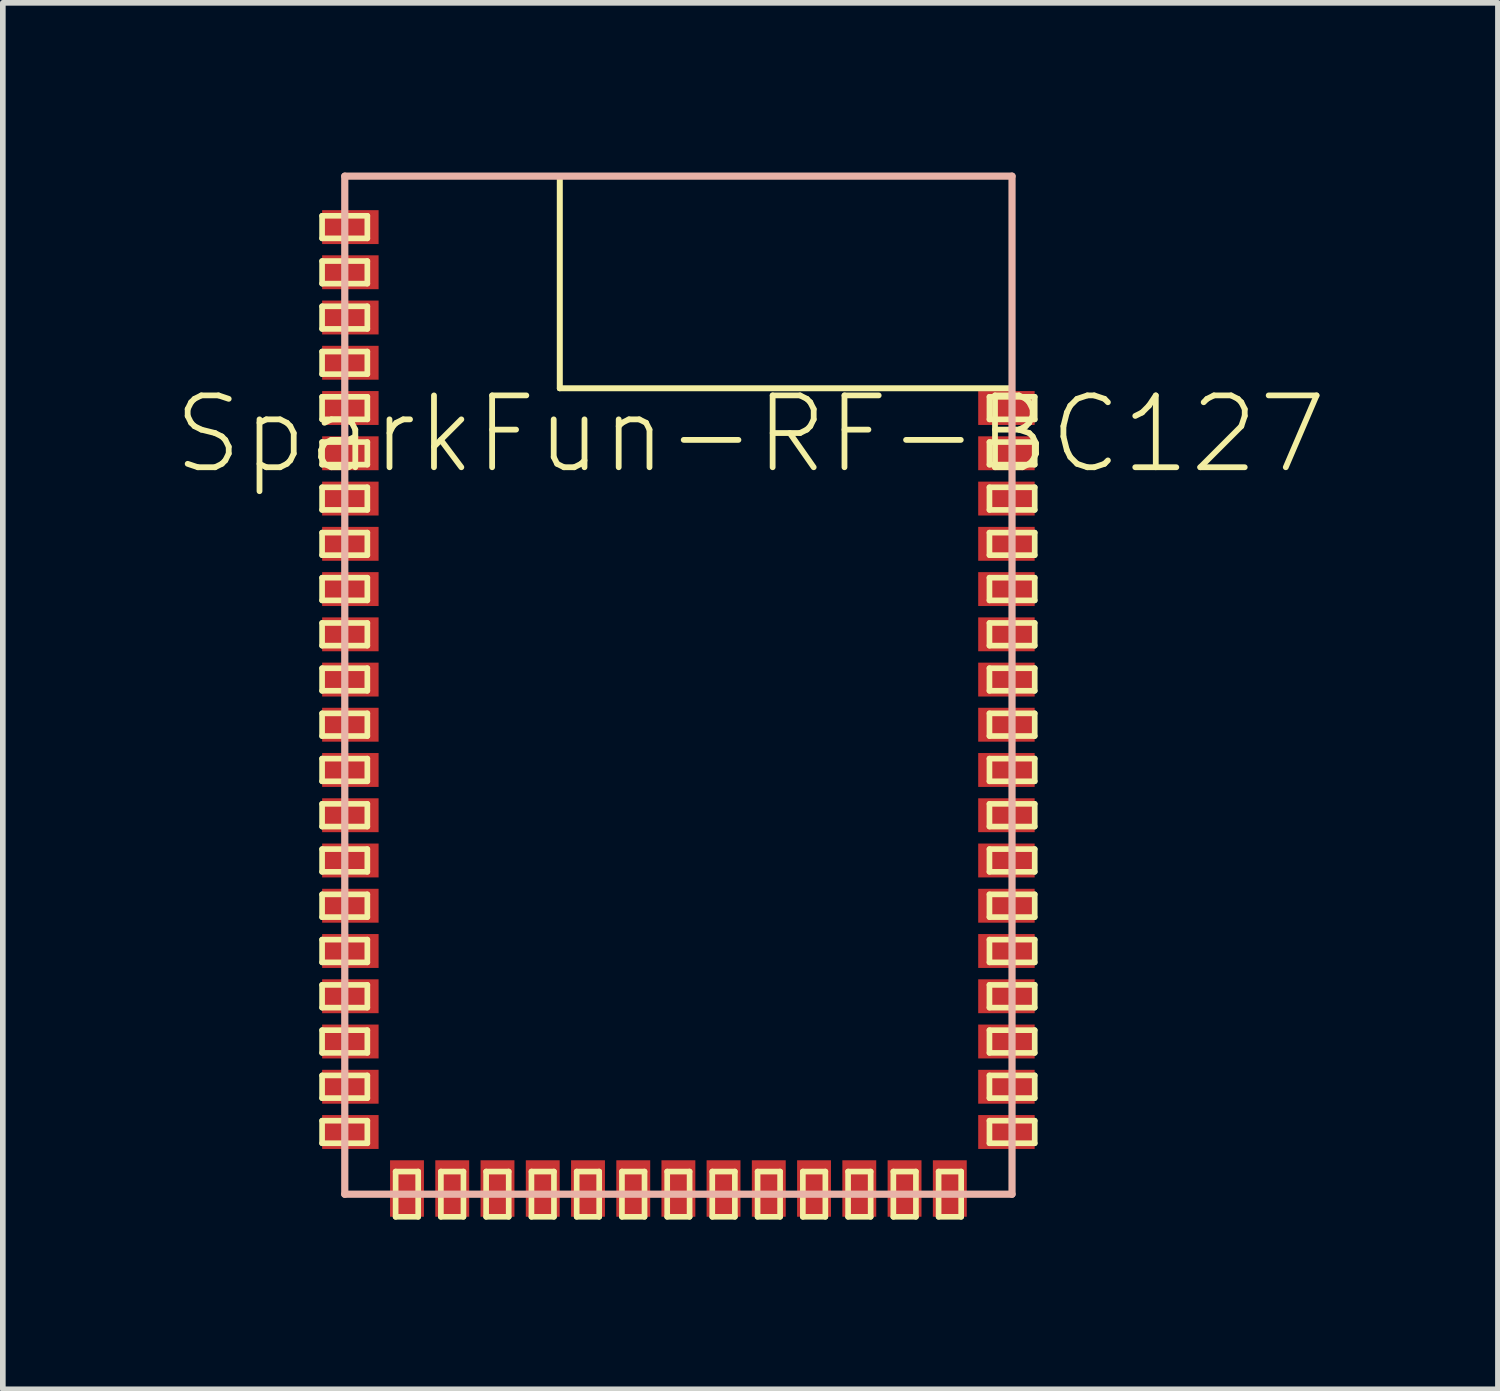
<source format=kicad_pcb>
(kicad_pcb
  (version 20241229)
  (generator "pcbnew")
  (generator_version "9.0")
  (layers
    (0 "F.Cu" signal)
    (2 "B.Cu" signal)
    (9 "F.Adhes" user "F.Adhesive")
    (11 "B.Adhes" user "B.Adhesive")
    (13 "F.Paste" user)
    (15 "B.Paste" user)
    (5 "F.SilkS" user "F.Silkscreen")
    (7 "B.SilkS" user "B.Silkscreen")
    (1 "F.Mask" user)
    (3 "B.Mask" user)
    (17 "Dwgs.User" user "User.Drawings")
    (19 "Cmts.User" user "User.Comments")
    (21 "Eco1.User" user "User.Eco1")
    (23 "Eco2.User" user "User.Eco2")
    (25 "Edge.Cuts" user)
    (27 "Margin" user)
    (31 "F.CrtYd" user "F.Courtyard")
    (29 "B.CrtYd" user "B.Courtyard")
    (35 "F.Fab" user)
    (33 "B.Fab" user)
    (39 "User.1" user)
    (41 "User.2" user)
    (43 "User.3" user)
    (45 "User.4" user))
  (footprint "SparkFun-RF-BC127"
    (layer "F.Cu")
    (at 8.943 9.063)
    (property "Reference" "SparkFun-RF-BC127" (at 1.273 -4.435 0) (layer "F.SilkS") (effects (font (size 1.27 1.27) (thickness 0.102))))
    (attr smd)
    (fp_line (start -6.299 -8.298) (end -5.499 -8.298) (stroke (width 0.1) (type solid)) (layer "F.SilkS"))
    (fp_line (start -6.299 -7.899) (end -6.299 -8.298) (stroke (width 0.1) (type solid)) (layer "F.SilkS"))
    (fp_line (start -6.299 -7.498) (end -5.499 -7.498) (stroke (width 0.1) (type solid)) (layer "F.SilkS"))
    (fp_line (start -6.299 -7.099) (end -6.299 -7.498) (stroke (width 0.1) (type solid)) (layer "F.SilkS"))
    (fp_line (start -6.299 -6.698) (end -5.499 -6.698) (stroke (width 0.1) (type solid)) (layer "F.SilkS"))
    (fp_line (start -6.299 -6.299) (end -6.299 -6.698) (stroke (width 0.1) (type solid)) (layer "F.SilkS"))
    (fp_line (start -6.299 -5.898) (end -5.499 -5.898) (stroke (width 0.1) (type solid)) (layer "F.SilkS"))
    (fp_line (start -6.299 -5.499) (end -6.299 -5.898) (stroke (width 0.1) (type solid)) (layer "F.SilkS"))
    (fp_line (start -6.299 -5.098) (end -5.499 -5.098) (stroke (width 0.1) (type solid)) (layer "F.SilkS"))
    (fp_line (start -6.299 -4.699) (end -6.299 -5.098) (stroke (width 0.1) (type solid)) (layer "F.SilkS"))
    (fp_line (start -6.299 -4.298) (end -5.499 -4.298) (stroke (width 0.1) (type solid)) (layer "F.SilkS"))
    (fp_line (start -6.299 -3.899) (end -6.299 -4.298) (stroke (width 0.1) (type solid)) (layer "F.SilkS"))
    (fp_line (start -6.299 -3.498) (end -5.499 -3.498) (stroke (width 0.1) (type solid)) (layer "F.SilkS"))
    (fp_line (start -6.299 -3.099) (end -6.299 -3.498) (stroke (width 0.1) (type solid)) (layer "F.SilkS"))
    (fp_line (start -6.299 -2.697) (end -5.499 -2.697) (stroke (width 0.1) (type solid)) (layer "F.SilkS"))
    (fp_line (start -6.299 -2.299) (end -6.299 -2.697) (stroke (width 0.1) (type solid)) (layer "F.SilkS"))
    (fp_line (start -6.299 -1.9) (end -5.499 -1.9) (stroke (width 0.1) (type solid)) (layer "F.SilkS"))
    (fp_line (start -6.299 -1.499) (end -6.299 -1.9) (stroke (width 0.1) (type solid)) (layer "F.SilkS"))
    (fp_line (start -6.299 -1.1) (end -5.499 -1.1) (stroke (width 0.1) (type solid)) (layer "F.SilkS"))
    (fp_line (start -6.299 -0.699) (end -6.299 -1.1) (stroke (width 0.1) (type solid)) (layer "F.SilkS"))
    (fp_line (start -6.299 -0.3) (end -5.499 -0.3) (stroke (width 0.1) (type solid)) (layer "F.SilkS"))
    (fp_line (start -6.299 0.099) (end -6.299 -0.3) (stroke (width 0.1) (type solid)) (layer "F.SilkS"))
    (fp_line (start -6.299 0.498) (end -5.499 0.498) (stroke (width 0.1) (type solid)) (layer "F.SilkS"))
    (fp_line (start -6.299 0.899) (end -6.299 0.498) (stroke (width 0.1) (type solid)) (layer "F.SilkS"))
    (fp_line (start -6.299 1.298) (end -5.499 1.298) (stroke (width 0.1) (type solid)) (layer "F.SilkS"))
    (fp_line (start -6.299 1.699) (end -6.299 1.298) (stroke (width 0.1) (type solid)) (layer "F.SilkS"))
    (fp_line (start -6.299 2.098) (end -5.499 2.098) (stroke (width 0.1) (type solid)) (layer "F.SilkS"))
    (fp_line (start -6.299 2.499) (end -6.299 2.098) (stroke (width 0.1) (type solid)) (layer "F.SilkS"))
    (fp_line (start -6.299 2.898) (end -5.499 2.898) (stroke (width 0.1) (type solid)) (layer "F.SilkS"))
    (fp_line (start -6.299 3.299) (end -6.299 2.898) (stroke (width 0.1) (type solid)) (layer "F.SilkS"))
    (fp_line (start -6.299 3.698) (end -5.499 3.698) (stroke (width 0.1) (type solid)) (layer "F.SilkS"))
    (fp_line (start -6.299 4.1) (end -6.299 3.698) (stroke (width 0.1) (type solid)) (layer "F.SilkS"))
    (fp_line (start -6.299 4.498) (end -5.499 4.498) (stroke (width 0.1) (type solid)) (layer "F.SilkS"))
    (fp_line (start -6.299 4.9) (end -6.299 4.498) (stroke (width 0.1) (type solid)) (layer "F.SilkS"))
    (fp_line (start -6.299 5.298) (end -5.499 5.298) (stroke (width 0.1) (type solid)) (layer "F.SilkS"))
    (fp_line (start -6.299 5.7) (end -6.299 5.298) (stroke (width 0.1) (type solid)) (layer "F.SilkS"))
    (fp_line (start -6.299 6.099) (end -5.499 6.099) (stroke (width 0.1) (type solid)) (layer "F.SilkS"))
    (fp_line (start -6.299 6.5) (end -6.299 6.099) (stroke (width 0.1) (type solid)) (layer "F.SilkS"))
    (fp_line (start -6.299 6.899) (end -5.499 6.899) (stroke (width 0.1) (type solid)) (layer "F.SilkS"))
    (fp_line (start -6.299 7.3) (end -6.299 6.899) (stroke (width 0.1) (type solid)) (layer "F.SilkS"))
    (fp_line (start -6.299 7.699) (end -5.499 7.699) (stroke (width 0.1) (type solid)) (layer "F.SilkS"))
    (fp_line (start -6.299 8.098) (end -6.299 7.699) (stroke (width 0.1) (type solid)) (layer "F.SilkS"))
    (fp_line (start -5.499 -8.298) (end -5.499 -7.899) (stroke (width 0.1) (type solid)) (layer "F.SilkS"))
    (fp_line (start -5.499 -7.899) (end -6.299 -7.899) (stroke (width 0.1) (type solid)) (layer "F.SilkS"))
    (fp_line (start -5.499 -7.498) (end -5.499 -7.099) (stroke (width 0.1) (type solid)) (layer "F.SilkS"))
    (fp_line (start -5.499 -7.099) (end -6.299 -7.099) (stroke (width 0.1) (type solid)) (layer "F.SilkS"))
    (fp_line (start -5.499 -6.698) (end -5.499 -6.299) (stroke (width 0.1) (type solid)) (layer "F.SilkS"))
    (fp_line (start -5.499 -6.299) (end -6.299 -6.299) (stroke (width 0.1) (type solid)) (layer "F.SilkS"))
    (fp_line (start -5.499 -5.898) (end -5.499 -5.499) (stroke (width 0.1) (type solid)) (layer "F.SilkS"))
    (fp_line (start -5.499 -5.499) (end -6.299 -5.499) (stroke (width 0.1) (type solid)) (layer "F.SilkS"))
    (fp_line (start -5.499 -5.098) (end -5.499 -4.699) (stroke (width 0.1) (type solid)) (layer "F.SilkS"))
    (fp_line (start -5.499 -4.699) (end -6.299 -4.699) (stroke (width 0.1) (type solid)) (layer "F.SilkS"))
    (fp_line (start -5.499 -4.298) (end -5.499 -3.899) (stroke (width 0.1) (type solid)) (layer "F.SilkS"))
    (fp_line (start -5.499 -3.899) (end -6.299 -3.899) (stroke (width 0.1) (type solid)) (layer "F.SilkS"))
    (fp_line (start -5.499 -3.498) (end -5.499 -3.099) (stroke (width 0.1) (type solid)) (layer "F.SilkS"))
    (fp_line (start -5.499 -3.099) (end -6.299 -3.099) (stroke (width 0.1) (type solid)) (layer "F.SilkS"))
    (fp_line (start -5.499 -2.697) (end -5.499 -2.299) (stroke (width 0.1) (type solid)) (layer "F.SilkS"))
    (fp_line (start -5.499 -2.299) (end -6.299 -2.299) (stroke (width 0.1) (type solid)) (layer "F.SilkS"))
    (fp_line (start -5.499 -1.9) (end -5.499 -1.499) (stroke (width 0.1) (type solid)) (layer "F.SilkS"))
    (fp_line (start -5.499 -1.499) (end -6.299 -1.499) (stroke (width 0.1) (type solid)) (layer "F.SilkS"))
    (fp_line (start -5.499 -1.1) (end -5.499 -0.699) (stroke (width 0.1) (type solid)) (layer "F.SilkS"))
    (fp_line (start -5.499 -0.699) (end -6.299 -0.699) (stroke (width 0.1) (type solid)) (layer "F.SilkS"))
    (fp_line (start -5.499 -0.3) (end -5.499 0.099) (stroke (width 0.1) (type solid)) (layer "F.SilkS"))
    (fp_line (start -5.499 0.099) (end -6.299 0.099) (stroke (width 0.1) (type solid)) (layer "F.SilkS"))
    (fp_line (start -5.499 0.498) (end -5.499 0.899) (stroke (width 0.1) (type solid)) (layer "F.SilkS"))
    (fp_line (start -5.499 0.899) (end -6.299 0.899) (stroke (width 0.1) (type solid)) (layer "F.SilkS"))
    (fp_line (start -5.499 1.298) (end -5.499 1.699) (stroke (width 0.1) (type solid)) (layer "F.SilkS"))
    (fp_line (start -5.499 1.699) (end -6.299 1.699) (stroke (width 0.1) (type solid)) (layer "F.SilkS"))
    (fp_line (start -5.499 2.098) (end -5.499 2.499) (stroke (width 0.1) (type solid)) (layer "F.SilkS"))
    (fp_line (start -5.499 2.499) (end -6.299 2.499) (stroke (width 0.1) (type solid)) (layer "F.SilkS"))
    (fp_line (start -5.499 2.898) (end -5.499 3.299) (stroke (width 0.1) (type solid)) (layer "F.SilkS"))
    (fp_line (start -5.499 3.299) (end -6.299 3.299) (stroke (width 0.1) (type solid)) (layer "F.SilkS"))
    (fp_line (start -5.499 3.698) (end -5.499 4.1) (stroke (width 0.1) (type solid)) (layer "F.SilkS"))
    (fp_line (start -5.499 4.1) (end -6.299 4.1) (stroke (width 0.1) (type solid)) (layer "F.SilkS"))
    (fp_line (start -5.499 4.498) (end -5.499 4.9) (stroke (width 0.1) (type solid)) (layer "F.SilkS"))
    (fp_line (start -5.499 4.9) (end -6.299 4.9) (stroke (width 0.1) (type solid)) (layer "F.SilkS"))
    (fp_line (start -5.499 5.298) (end -5.499 5.7) (stroke (width 0.1) (type solid)) (layer "F.SilkS"))
    (fp_line (start -5.499 5.7) (end -6.299 5.7) (stroke (width 0.1) (type solid)) (layer "F.SilkS"))
    (fp_line (start -5.499 6.099) (end -5.499 6.5) (stroke (width 0.1) (type solid)) (layer "F.SilkS"))
    (fp_line (start -5.499 6.5) (end -6.299 6.5) (stroke (width 0.1) (type solid)) (layer "F.SilkS"))
    (fp_line (start -5.499 6.899) (end -5.499 7.3) (stroke (width 0.1) (type solid)) (layer "F.SilkS"))
    (fp_line (start -5.499 7.3) (end -6.299 7.3) (stroke (width 0.1) (type solid)) (layer "F.SilkS"))
    (fp_line (start -5.499 7.699) (end -5.499 8.098) (stroke (width 0.1) (type solid)) (layer "F.SilkS"))
    (fp_line (start -5.499 8.098) (end -6.299 8.098) (stroke (width 0.1) (type solid)) (layer "F.SilkS"))
    (fp_line (start -4.999 8.598) (end -4.6 8.598) (stroke (width 0.1) (type solid)) (layer "F.SilkS"))
    (fp_line (start -4.999 9.398) (end -4.999 8.598) (stroke (width 0.1) (type solid)) (layer "F.SilkS"))
    (fp_line (start -4.6 8.598) (end -4.6 9.398) (stroke (width 0.1) (type solid)) (layer "F.SilkS"))
    (fp_line (start -4.6 9.398) (end -4.999 9.398) (stroke (width 0.1) (type solid)) (layer "F.SilkS"))
    (fp_line (start -4.199 8.598) (end -3.8 8.598) (stroke (width 0.1) (type solid)) (layer "F.SilkS"))
    (fp_line (start -4.199 9.398) (end -4.199 8.598) (stroke (width 0.1) (type solid)) (layer "F.SilkS"))
    (fp_line (start -3.8 8.598) (end -3.8 9.398) (stroke (width 0.1) (type solid)) (layer "F.SilkS"))
    (fp_line (start -3.8 9.398) (end -4.199 9.398) (stroke (width 0.1) (type solid)) (layer "F.SilkS"))
    (fp_line (start -3.399 8.598) (end -3 8.598) (stroke (width 0.1) (type solid)) (layer "F.SilkS"))
    (fp_line (start -3.399 9.398) (end -3.399 8.598) (stroke (width 0.1) (type solid)) (layer "F.SilkS"))
    (fp_line (start -3 8.598) (end -3 9.398) (stroke (width 0.1) (type solid)) (layer "F.SilkS"))
    (fp_line (start -3 9.398) (end -3.399 9.398) (stroke (width 0.1) (type solid)) (layer "F.SilkS"))
    (fp_line (start -2.598 8.598) (end -2.2 8.598) (stroke (width 0.1) (type solid)) (layer "F.SilkS"))
    (fp_line (start -2.598 9.398) (end -2.598 8.598) (stroke (width 0.1) (type solid)) (layer "F.SilkS"))
    (fp_line (start -2.2 8.598) (end -2.2 9.398) (stroke (width 0.1) (type solid)) (layer "F.SilkS"))
    (fp_line (start -2.2 9.398) (end -2.598 9.398) (stroke (width 0.1) (type solid)) (layer "F.SilkS"))
    (fp_line (start -2.098 -8.999) (end -2.098 -5.248) (stroke (width 0.1) (type solid)) (layer "F.SilkS"))
    (fp_line (start -2.098 -8.999) (end -2.098 -5.248) (stroke (width 0.1) (type solid)) (layer "F.SilkS"))
    (fp_line (start -2.098 -5.248) (end 5.898 -5.248) (stroke (width 0.1) (type solid)) (layer "F.SilkS"))
    (fp_line (start -2.098 -5.248) (end 5.898 -5.248) (stroke (width 0.1) (type solid)) (layer "F.SilkS"))
    (fp_line (start -1.798 8.598) (end -1.4 8.598) (stroke (width 0.1) (type solid)) (layer "F.SilkS"))
    (fp_line (start -1.798 9.398) (end -1.798 8.598) (stroke (width 0.1) (type solid)) (layer "F.SilkS"))
    (fp_line (start -1.4 8.598) (end -1.4 9.398) (stroke (width 0.1) (type solid)) (layer "F.SilkS"))
    (fp_line (start -1.4 9.398) (end -1.798 9.398) (stroke (width 0.1) (type solid)) (layer "F.SilkS"))
    (fp_line (start -0.998 8.598) (end -0.599 8.598) (stroke (width 0.1) (type solid)) (layer "F.SilkS"))
    (fp_line (start -0.998 9.398) (end -0.998 8.598) (stroke (width 0.1) (type solid)) (layer "F.SilkS"))
    (fp_line (start -0.599 8.598) (end -0.599 9.398) (stroke (width 0.1) (type solid)) (layer "F.SilkS"))
    (fp_line (start -0.599 9.398) (end -0.998 9.398) (stroke (width 0.1) (type solid)) (layer "F.SilkS"))
    (fp_line (start -0.198 8.598) (end 0.198 8.598) (stroke (width 0.1) (type solid)) (layer "F.SilkS"))
    (fp_line (start -0.198 9.398) (end -0.198 8.598) (stroke (width 0.1) (type solid)) (layer "F.SilkS"))
    (fp_line (start 0.198 8.598) (end 0.198 9.398) (stroke (width 0.1) (type solid)) (layer "F.SilkS"))
    (fp_line (start 0.198 9.398) (end -0.198 9.398) (stroke (width 0.1) (type solid)) (layer "F.SilkS"))
    (fp_line (start 0.599 8.598) (end 0.998 8.598) (stroke (width 0.1) (type solid)) (layer "F.SilkS"))
    (fp_line (start 0.599 9.398) (end 0.599 8.598) (stroke (width 0.1) (type solid)) (layer "F.SilkS"))
    (fp_line (start 0.998 8.598) (end 0.998 9.398) (stroke (width 0.1) (type solid)) (layer "F.SilkS"))
    (fp_line (start 0.998 9.398) (end 0.599 9.398) (stroke (width 0.1) (type solid)) (layer "F.SilkS"))
    (fp_line (start 1.4 8.598) (end 1.798 8.598) (stroke (width 0.1) (type solid)) (layer "F.SilkS"))
    (fp_line (start 1.4 9.398) (end 1.4 8.598) (stroke (width 0.1) (type solid)) (layer "F.SilkS"))
    (fp_line (start 1.798 8.598) (end 1.798 9.398) (stroke (width 0.1) (type solid)) (layer "F.SilkS"))
    (fp_line (start 1.798 9.398) (end 1.4 9.398) (stroke (width 0.1) (type solid)) (layer "F.SilkS"))
    (fp_line (start 2.2 8.598) (end 2.598 8.598) (stroke (width 0.1) (type solid)) (layer "F.SilkS"))
    (fp_line (start 2.2 9.398) (end 2.2 8.598) (stroke (width 0.1) (type solid)) (layer "F.SilkS"))
    (fp_line (start 2.598 8.598) (end 2.598 9.398) (stroke (width 0.1) (type solid)) (layer "F.SilkS"))
    (fp_line (start 2.598 9.398) (end 2.2 9.398) (stroke (width 0.1) (type solid)) (layer "F.SilkS"))
    (fp_line (start 3 8.598) (end 3.399 8.598) (stroke (width 0.1) (type solid)) (layer "F.SilkS"))
    (fp_line (start 3 9.398) (end 3 8.598) (stroke (width 0.1) (type solid)) (layer "F.SilkS"))
    (fp_line (start 3.399 8.598) (end 3.399 9.398) (stroke (width 0.1) (type solid)) (layer "F.SilkS"))
    (fp_line (start 3.399 9.398) (end 3 9.398) (stroke (width 0.1) (type solid)) (layer "F.SilkS"))
    (fp_line (start 3.8 8.598) (end 4.199 8.598) (stroke (width 0.1) (type solid)) (layer "F.SilkS"))
    (fp_line (start 3.8 9.398) (end 3.8 8.598) (stroke (width 0.1) (type solid)) (layer "F.SilkS"))
    (fp_line (start 4.199 8.598) (end 4.199 9.398) (stroke (width 0.1) (type solid)) (layer "F.SilkS"))
    (fp_line (start 4.199 9.398) (end 3.8 9.398) (stroke (width 0.1) (type solid)) (layer "F.SilkS"))
    (fp_line (start 4.6 8.598) (end 4.999 8.598) (stroke (width 0.1) (type solid)) (layer "F.SilkS"))
    (fp_line (start 4.6 9.398) (end 4.6 8.598) (stroke (width 0.1) (type solid)) (layer "F.SilkS"))
    (fp_line (start 4.999 8.598) (end 4.999 9.398) (stroke (width 0.1) (type solid)) (layer "F.SilkS"))
    (fp_line (start 4.999 9.398) (end 4.6 9.398) (stroke (width 0.1) (type solid)) (layer "F.SilkS"))
    (fp_line (start 5.499 -5.098) (end 6.299 -5.098) (stroke (width 0.1) (type solid)) (layer "F.SilkS"))
    (fp_line (start 5.499 -4.699) (end 5.499 -5.098) (stroke (width 0.1) (type solid)) (layer "F.SilkS"))
    (fp_line (start 5.499 -4.298) (end 6.299 -4.298) (stroke (width 0.1) (type solid)) (layer "F.SilkS"))
    (fp_line (start 5.499 -3.899) (end 5.499 -4.298) (stroke (width 0.1) (type solid)) (layer "F.SilkS"))
    (fp_line (start 5.499 -3.498) (end 6.299 -3.498) (stroke (width 0.1) (type solid)) (layer "F.SilkS"))
    (fp_line (start 5.499 -3.099) (end 5.499 -3.498) (stroke (width 0.1) (type solid)) (layer "F.SilkS"))
    (fp_line (start 5.499 -2.697) (end 6.299 -2.697) (stroke (width 0.1) (type solid)) (layer "F.SilkS"))
    (fp_line (start 5.499 -2.299) (end 5.499 -2.697) (stroke (width 0.1) (type solid)) (layer "F.SilkS"))
    (fp_line (start 5.499 -1.9) (end 6.299 -1.9) (stroke (width 0.1) (type solid)) (layer "F.SilkS"))
    (fp_line (start 5.499 -1.499) (end 5.499 -1.9) (stroke (width 0.1) (type solid)) (layer "F.SilkS"))
    (fp_line (start 5.499 -1.1) (end 6.299 -1.1) (stroke (width 0.1) (type solid)) (layer "F.SilkS"))
    (fp_line (start 5.499 -0.699) (end 5.499 -1.1) (stroke (width 0.1) (type solid)) (layer "F.SilkS"))
    (fp_line (start 5.499 -0.3) (end 6.299 -0.3) (stroke (width 0.1) (type solid)) (layer "F.SilkS"))
    (fp_line (start 5.499 0.099) (end 5.499 -0.3) (stroke (width 0.1) (type solid)) (layer "F.SilkS"))
    (fp_line (start 5.499 0.498) (end 6.299 0.498) (stroke (width 0.1) (type solid)) (layer "F.SilkS"))
    (fp_line (start 5.499 0.899) (end 5.499 0.498) (stroke (width 0.1) (type solid)) (layer "F.SilkS"))
    (fp_line (start 5.499 1.298) (end 6.299 1.298) (stroke (width 0.1) (type solid)) (layer "F.SilkS"))
    (fp_line (start 5.499 1.699) (end 5.499 1.298) (stroke (width 0.1) (type solid)) (layer "F.SilkS"))
    (fp_line (start 5.499 2.098) (end 6.299 2.098) (stroke (width 0.1) (type solid)) (layer "F.SilkS"))
    (fp_line (start 5.499 2.499) (end 5.499 2.098) (stroke (width 0.1) (type solid)) (layer "F.SilkS"))
    (fp_line (start 5.499 2.898) (end 6.299 2.898) (stroke (width 0.1) (type solid)) (layer "F.SilkS"))
    (fp_line (start 5.499 3.299) (end 5.499 2.898) (stroke (width 0.1) (type solid)) (layer "F.SilkS"))
    (fp_line (start 5.499 3.698) (end 6.299 3.698) (stroke (width 0.1) (type solid)) (layer "F.SilkS"))
    (fp_line (start 5.499 4.1) (end 5.499 3.698) (stroke (width 0.1) (type solid)) (layer "F.SilkS"))
    (fp_line (start 5.499 4.498) (end 6.299 4.498) (stroke (width 0.1) (type solid)) (layer "F.SilkS"))
    (fp_line (start 5.499 4.9) (end 5.499 4.498) (stroke (width 0.1) (type solid)) (layer "F.SilkS"))
    (fp_line (start 5.499 5.298) (end 6.299 5.298) (stroke (width 0.1) (type solid)) (layer "F.SilkS"))
    (fp_line (start 5.499 5.7) (end 5.499 5.298) (stroke (width 0.1) (type solid)) (layer "F.SilkS"))
    (fp_line (start 5.499 6.099) (end 6.299 6.099) (stroke (width 0.1) (type solid)) (layer "F.SilkS"))
    (fp_line (start 5.499 6.5) (end 5.499 6.099) (stroke (width 0.1) (type solid)) (layer "F.SilkS"))
    (fp_line (start 5.499 6.899) (end 6.299 6.899) (stroke (width 0.1) (type solid)) (layer "F.SilkS"))
    (fp_line (start 5.499 7.3) (end 5.499 6.899) (stroke (width 0.1) (type solid)) (layer "F.SilkS"))
    (fp_line (start 5.499 7.699) (end 6.299 7.699) (stroke (width 0.1) (type solid)) (layer "F.SilkS"))
    (fp_line (start 5.499 8.098) (end 5.499 7.699) (stroke (width 0.1) (type solid)) (layer "F.SilkS"))
    (fp_line (start 5.898 -8.999) (end -2.098 -8.999) (stroke (width 0.1) (type solid)) (layer "F.SilkS"))
    (fp_line (start 5.898 -8.999) (end -2.098 -8.999) (stroke (width 0.1) (type solid)) (layer "F.SilkS"))
    (fp_line (start 5.898 -5.248) (end 5.898 -8.999) (stroke (width 0.1) (type solid)) (layer "F.SilkS"))
    (fp_line (start 5.898 -5.248) (end 5.898 -8.999) (stroke (width 0.1) (type solid)) (layer "F.SilkS"))
    (fp_line (start 6.299 -5.098) (end 6.299 -4.699) (stroke (width 0.1) (type solid)) (layer "F.SilkS"))
    (fp_line (start 6.299 -4.699) (end 5.499 -4.699) (stroke (width 0.1) (type solid)) (layer "F.SilkS"))
    (fp_line (start 6.299 -4.298) (end 6.299 -3.899) (stroke (width 0.1) (type solid)) (layer "F.SilkS"))
    (fp_line (start 6.299 -3.899) (end 5.499 -3.899) (stroke (width 0.1) (type solid)) (layer "F.SilkS"))
    (fp_line (start 6.299 -3.498) (end 6.299 -3.099) (stroke (width 0.1) (type solid)) (layer "F.SilkS"))
    (fp_line (start 6.299 -3.099) (end 5.499 -3.099) (stroke (width 0.1) (type solid)) (layer "F.SilkS"))
    (fp_line (start 6.299 -2.697) (end 6.299 -2.299) (stroke (width 0.1) (type solid)) (layer "F.SilkS"))
    (fp_line (start 6.299 -2.299) (end 5.499 -2.299) (stroke (width 0.1) (type solid)) (layer "F.SilkS"))
    (fp_line (start 6.299 -1.9) (end 6.299 -1.499) (stroke (width 0.1) (type solid)) (layer "F.SilkS"))
    (fp_line (start 6.299 -1.499) (end 5.499 -1.499) (stroke (width 0.1) (type solid)) (layer "F.SilkS"))
    (fp_line (start 6.299 -1.1) (end 6.299 -0.699) (stroke (width 0.1) (type solid)) (layer "F.SilkS"))
    (fp_line (start 6.299 -0.699) (end 5.499 -0.699) (stroke (width 0.1) (type solid)) (layer "F.SilkS"))
    (fp_line (start 6.299 -0.3) (end 6.299 0.099) (stroke (width 0.1) (type solid)) (layer "F.SilkS"))
    (fp_line (start 6.299 0.099) (end 5.499 0.099) (stroke (width 0.1) (type solid)) (layer "F.SilkS"))
    (fp_line (start 6.299 0.498) (end 6.299 0.899) (stroke (width 0.1) (type solid)) (layer "F.SilkS"))
    (fp_line (start 6.299 0.899) (end 5.499 0.899) (stroke (width 0.1) (type solid)) (layer "F.SilkS"))
    (fp_line (start 6.299 1.298) (end 6.299 1.699) (stroke (width 0.1) (type solid)) (layer "F.SilkS"))
    (fp_line (start 6.299 1.699) (end 5.499 1.699) (stroke (width 0.1) (type solid)) (layer "F.SilkS"))
    (fp_line (start 6.299 2.098) (end 6.299 2.499) (stroke (width 0.1) (type solid)) (layer "F.SilkS"))
    (fp_line (start 6.299 2.499) (end 5.499 2.499) (stroke (width 0.1) (type solid)) (layer "F.SilkS"))
    (fp_line (start 6.299 2.898) (end 6.299 3.299) (stroke (width 0.1) (type solid)) (layer "F.SilkS"))
    (fp_line (start 6.299 3.299) (end 5.499 3.299) (stroke (width 0.1) (type solid)) (layer "F.SilkS"))
    (fp_line (start 6.299 3.698) (end 6.299 4.1) (stroke (width 0.1) (type solid)) (layer "F.SilkS"))
    (fp_line (start 6.299 4.1) (end 5.499 4.1) (stroke (width 0.1) (type solid)) (layer "F.SilkS"))
    (fp_line (start 6.299 4.498) (end 6.299 4.9) (stroke (width 0.1) (type solid)) (layer "F.SilkS"))
    (fp_line (start 6.299 4.9) (end 5.499 4.9) (stroke (width 0.1) (type solid)) (layer "F.SilkS"))
    (fp_line (start 6.299 5.298) (end 6.299 5.7) (stroke (width 0.1) (type solid)) (layer "F.SilkS"))
    (fp_line (start 6.299 5.7) (end 5.499 5.7) (stroke (width 0.1) (type solid)) (layer "F.SilkS"))
    (fp_line (start 6.299 6.099) (end 6.299 6.5) (stroke (width 0.1) (type solid)) (layer "F.SilkS"))
    (fp_line (start 6.299 6.5) (end 5.499 6.5) (stroke (width 0.1) (type solid)) (layer "F.SilkS"))
    (fp_line (start 6.299 6.899) (end 6.299 7.3) (stroke (width 0.1) (type solid)) (layer "F.SilkS"))
    (fp_line (start 6.299 7.3) (end 5.499 7.3) (stroke (width 0.1) (type solid)) (layer "F.SilkS"))
    (fp_line (start 6.299 7.699) (end 6.299 8.098) (stroke (width 0.1) (type solid)) (layer "F.SilkS"))
    (fp_line (start 6.299 8.098) (end 5.499 8.098) (stroke (width 0.1) (type solid)) (layer "F.SilkS"))
    (fp_line (start -5.898 -8.999) (end 5.898 -8.999) (stroke (width 0.127) (type solid)) (layer "B.SilkS"))
    (fp_line (start -5.898 8.999) (end -5.898 -8.999) (stroke (width 0.127) (type solid)) (layer "B.SilkS"))
    (fp_line (start 5.898 -8.999) (end 5.898 8.999) (stroke (width 0.127) (type solid)) (layer "B.SilkS"))
    (fp_line (start 5.898 8.999) (end -5.898 8.999) (stroke (width 0.127) (type solid)) (layer "B.SilkS"))
    (pad "1" smd rect (at -5.799 -8.098) (size 0.998 0.599) (layers "F.Cu" "F.Mask" "F.Paste"))
    (pad "2" smd rect (at -5.799 -7.3) (size 0.998 0.599) (layers "F.Cu" "F.Mask" "F.Paste"))
    (pad "3" smd rect (at -5.799 -6.5) (size 0.998 0.599) (layers "F.Cu" "F.Mask" "F.Paste"))
    (pad "4" smd rect (at -5.799 -5.7) (size 0.998 0.599) (layers "F.Cu" "F.Mask" "F.Paste"))
    (pad "5" smd rect (at -5.799 -4.9) (size 0.998 0.599) (layers "F.Cu" "F.Mask" "F.Paste"))
    (pad "6" smd rect (at -5.799 -4.1) (size 0.998 0.599) (layers "F.Cu" "F.Mask" "F.Paste"))
    (pad "7" smd rect (at -5.799 -3.299) (size 0.998 0.599) (layers "F.Cu" "F.Mask" "F.Paste"))
    (pad "8" smd rect (at -5.799 -2.499) (size 0.998 0.599) (layers "F.Cu" "F.Mask" "F.Paste"))
    (pad "9" smd rect (at -5.799 -1.699) (size 0.998 0.599) (layers "F.Cu" "F.Mask" "F.Paste"))
    (pad "10" smd rect (at -5.799 -0.899) (size 0.998 0.599) (layers "F.Cu" "F.Mask" "F.Paste"))
    (pad "11" smd rect (at -5.799 -0.099) (size 0.998 0.599) (layers "F.Cu" "F.Mask" "F.Paste"))
    (pad "12" smd rect (at -5.799 0.699) (size 0.998 0.599) (layers "F.Cu" "F.Mask" "F.Paste"))
    (pad "13" smd rect (at -5.799 1.499) (size 0.998 0.599) (layers "F.Cu" "F.Mask" "F.Paste"))
    (pad "14" smd rect (at -5.799 2.299) (size 0.998 0.599) (layers "F.Cu" "F.Mask" "F.Paste"))
    (pad "15" smd rect (at -5.799 3.099) (size 0.998 0.599) (layers "F.Cu" "F.Mask" "F.Paste"))
    (pad "16" smd rect (at -5.799 3.899) (size 0.998 0.599) (layers "F.Cu" "F.Mask" "F.Paste"))
    (pad "17" smd rect (at -5.799 4.699) (size 0.998 0.599) (layers "F.Cu" "F.Mask" "F.Paste"))
    (pad "18" smd rect (at -5.799 5.499) (size 0.998 0.599) (layers "F.Cu" "F.Mask" "F.Paste"))
    (pad "19" smd rect (at -5.799 6.299) (size 0.998 0.599) (layers "F.Cu" "F.Mask" "F.Paste"))
    (pad "20" smd rect (at -5.799 7.099) (size 0.998 0.599) (layers "F.Cu" "F.Mask" "F.Paste"))
    (pad "21" smd rect (at -5.799 7.899) (size 0.998 0.599) (layers "F.Cu" "F.Mask" "F.Paste"))
    (pad "22" smd rect (at -4.798 8.898 90) (size 0.998 0.599) (layers "F.Cu" "F.Mask" "F.Paste"))
    (pad "23" smd rect (at -3.998 8.898 90) (size 0.998 0.599) (layers "F.Cu" "F.Mask" "F.Paste"))
    (pad "24" smd rect (at -3.198 8.898 90) (size 0.998 0.599) (layers "F.Cu" "F.Mask" "F.Paste"))
    (pad "25" smd rect (at -2.398 8.898 90) (size 0.998 0.599) (layers "F.Cu" "F.Mask" "F.Paste"))
    (pad "26" smd rect (at -1.598 8.898 90) (size 0.998 0.599) (layers "F.Cu" "F.Mask" "F.Paste"))
    (pad "27" smd rect (at -0.798 8.898 90) (size 0.998 0.599) (layers "F.Cu" "F.Mask" "F.Paste"))
    (pad "28" smd rect (at 0 8.898 90) (size 0.998 0.599) (layers "F.Cu" "F.Mask" "F.Paste"))
    (pad "29" smd rect (at 0.798 8.898 90) (size 0.998 0.599) (layers "F.Cu" "F.Mask" "F.Paste"))
    (pad "30" smd rect (at 1.598 8.898 90) (size 0.998 0.599) (layers "F.Cu" "F.Mask" "F.Paste"))
    (pad "31" smd rect (at 2.398 8.898 90) (size 0.998 0.599) (layers "F.Cu" "F.Mask" "F.Paste"))
    (pad "32" smd rect (at 3.198 8.898 90) (size 0.998 0.599) (layers "F.Cu" "F.Mask" "F.Paste"))
    (pad "33" smd rect (at 3.998 8.898 90) (size 0.998 0.599) (layers "F.Cu" "F.Mask" "F.Paste"))
    (pad "34" smd rect (at 4.798 8.898 90) (size 0.998 0.599) (layers "F.Cu" "F.Mask" "F.Paste"))
    (pad "35" smd rect (at 5.799 7.899) (size 0.998 0.599) (layers "F.Cu" "F.Mask" "F.Paste"))
    (pad "36" smd rect (at 5.799 7.099) (size 0.998 0.599) (layers "F.Cu" "F.Mask" "F.Paste"))
    (pad "37" smd rect (at 5.799 6.299) (size 0.998 0.599) (layers "F.Cu" "F.Mask" "F.Paste"))
    (pad "38" smd rect (at 5.799 5.499) (size 0.998 0.599) (layers "F.Cu" "F.Mask" "F.Paste"))
    (pad "39" smd rect (at 5.799 4.699) (size 0.998 0.599) (layers "F.Cu" "F.Mask" "F.Paste"))
    (pad "40" smd rect (at 5.799 3.899) (size 0.998 0.599) (layers "F.Cu" "F.Mask" "F.Paste"))
    (pad "41" smd rect (at 5.799 3.099) (size 0.998 0.599) (layers "F.Cu" "F.Mask" "F.Paste"))
    (pad "42" smd rect (at 5.799 2.299) (size 0.998 0.599) (layers "F.Cu" "F.Mask" "F.Paste"))
    (pad "43" smd rect (at 5.799 1.499) (size 0.998 0.599) (layers "F.Cu" "F.Mask" "F.Paste"))
    (pad "44" smd rect (at 5.799 0.699) (size 0.998 0.599) (layers "F.Cu" "F.Mask" "F.Paste"))
    (pad "45" smd rect (at 5.799 -0.099) (size 0.998 0.599) (layers "F.Cu" "F.Mask" "F.Paste"))
    (pad "46" smd rect (at 5.799 -0.899) (size 0.998 0.599) (layers "F.Cu" "F.Mask" "F.Paste"))
    (pad "47" smd rect (at 5.799 -1.699) (size 0.998 0.599) (layers "F.Cu" "F.Mask" "F.Paste"))
    (pad "48" smd rect (at 5.799 -2.499) (size 0.998 0.599) (layers "F.Cu" "F.Mask" "F.Paste"))
    (pad "49" smd rect (at 5.799 -3.299) (size 0.998 0.599) (layers "F.Cu" "F.Mask" "F.Paste"))
    (pad "50" smd rect (at 5.799 -4.1) (size 0.998 0.599) (layers "F.Cu" "F.Mask" "F.Paste"))
    (pad "51" smd rect (at 5.799 -4.9) (size 0.998 0.599) (layers "F.Cu" "F.Mask" "F.Paste")))
  (gr_rect
    (start -3 -3)
    (end 23.431 21.511)
    (stroke (width 0.1) (type default))
    (fill no)
    (layer "Edge.Cuts")))
</source>
